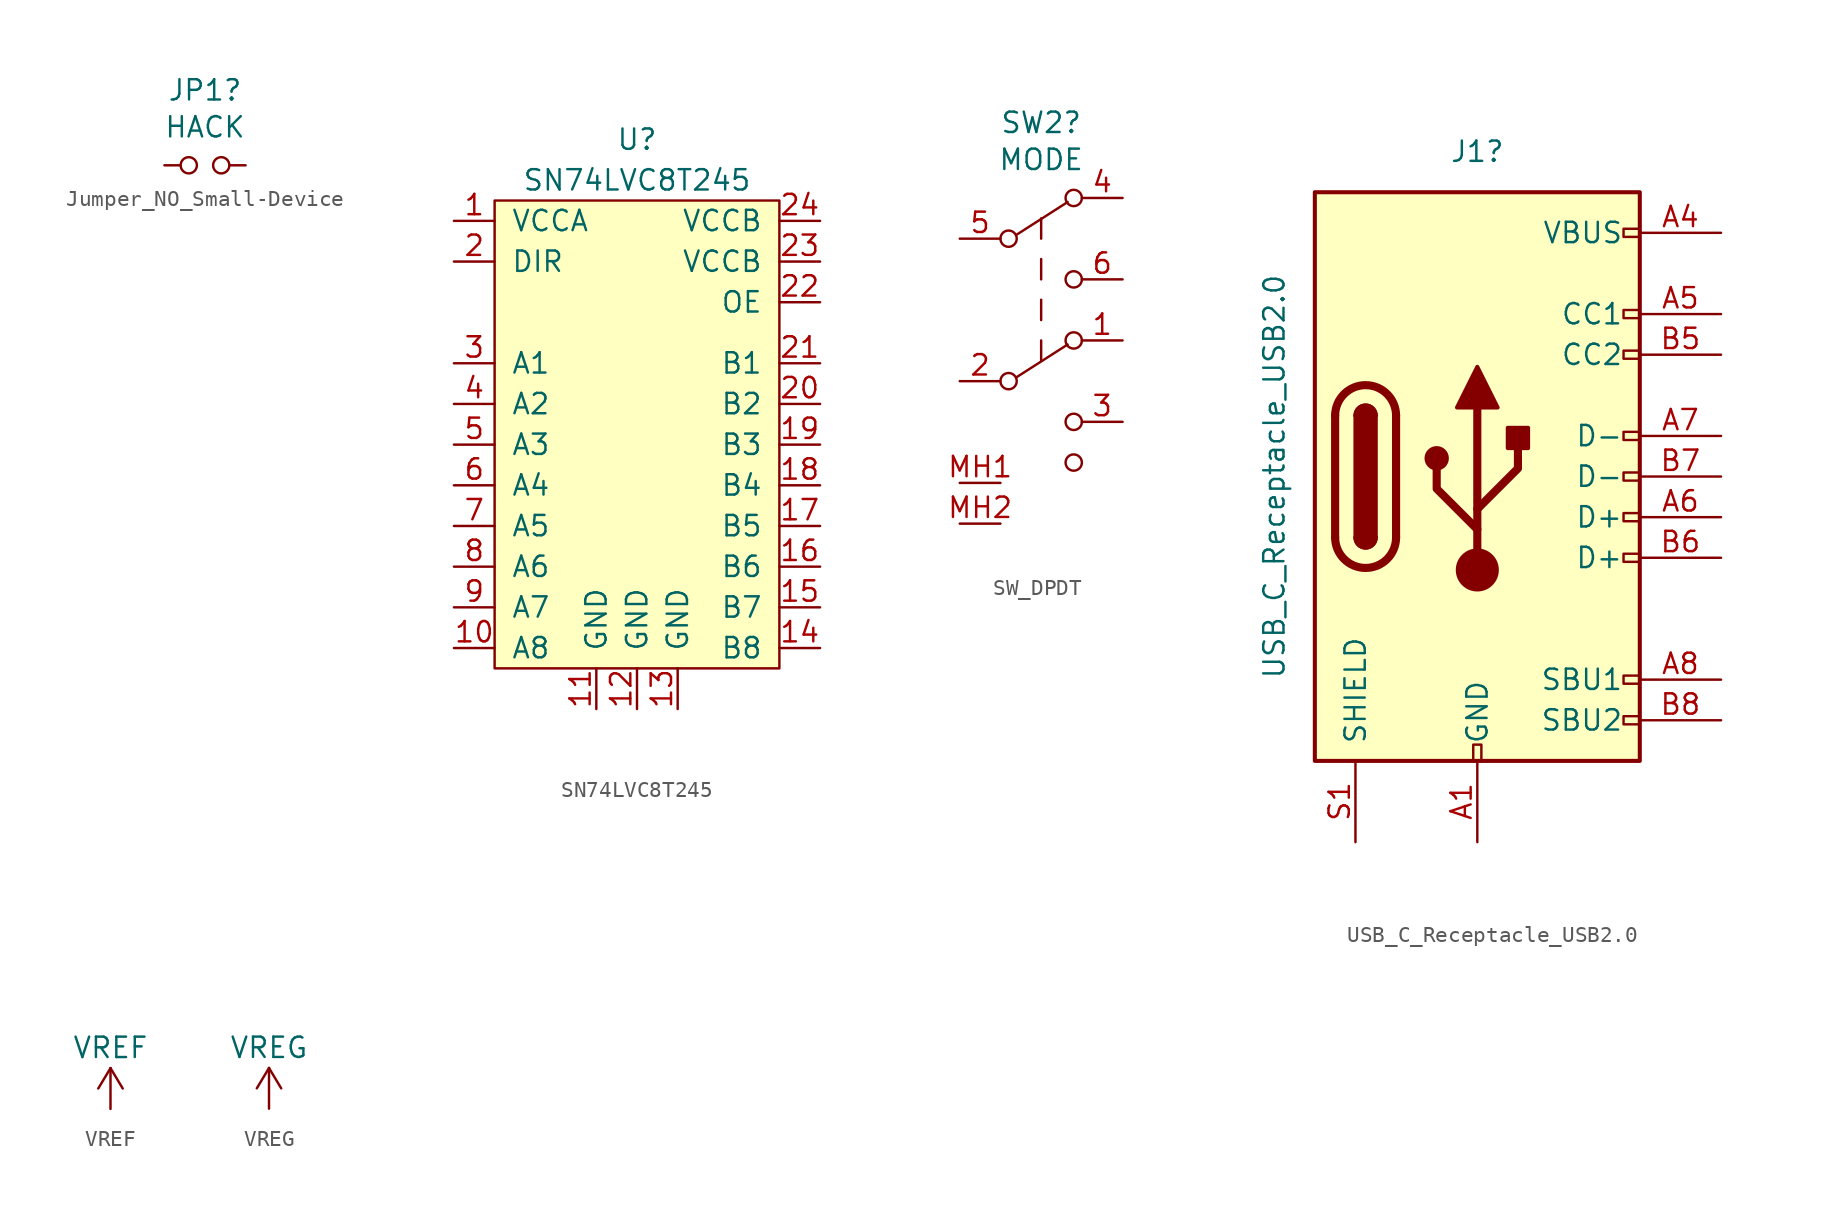
<source format=kicad_sym>
(kicad_symbol_lib
  (version 20220914)
  (generator kicad_symbol_editor)
  (symbol "Jumper_NO_Small-Device"
    (pin_numbers hide)
    (pin_names
      (offset 0.762) hide)
    (property "Reference" "JP1"
      (at 0 4.699 0)
      (effects (font (size 1.27 1.27))))
    (property "Value" "HACK"
      (at 0 2.388 0)
      (effects (font (size 1.27 1.27))))
    (symbol "Jumper_NO_Small-Device_0_1"
      (circle (center -1.016 0) (radius 0.508) (stroke (width 0) (type solid)) (fill (type none)))
      (circle (center 1.016 0) (radius 0.508) (stroke (width 0) (type solid)) (fill (type none)))
      (pin passive line (at -2.54 0 0) (length 1.016) (name "1" (effects (font (size 1.27 1.27)))) (number "1" (effects (font (size 1.27 1.27)))))
      (pin passive line (at 2.54 0 180) (length 1.016) (name "2" (effects (font (size 1.27 1.27)))) (number "2" (effects (font (size 1.27 1.27)))))))
  (symbol "SN74LVC8T245"
    (pin_names
      (offset 1.016))
    (property "Reference" "U"
      (at 0 21.59 0)
      (effects (font (size 1.27 1.27))))
    (property "Value" "SN74LVC8T245"
      (at 0 19.05 0)
      (effects (font (size 1.27 1.27))))
    (symbol "SN74LVC8T245_0_1"
      (rectangle (start -8.89 17.78) (end 8.89 -11.43) (stroke (width 0) (type solid)) (fill (type background))))
    (symbol "SN74LVC8T245_1_1"
      (pin power_in line (at -11.43 16.51 0) (length 2.54) (name "VCCA" (effects (font (size 1.27 1.27)))) (number "1" (effects (font (size 1.27 1.27)))))
      (pin bidirectional line (at -11.43 -10.16 0) (length 2.54) (name "A8" (effects (font (size 1.27 1.27)))) (number "10" (effects (font (size 1.27 1.27)))))
      (pin power_in line (at -2.54 -13.97 90) (length 2.54) (name "GND" (effects (font (size 1.27 1.27)))) (number "11" (effects (font (size 1.27 1.27)))))
      (pin power_in line (at 0 -13.97 90) (length 2.54) (name "GND" (effects (font (size 1.27 1.27)))) (number "12" (effects (font (size 1.27 1.27)))))
      (pin power_in line (at 2.54 -13.97 90) (length 2.54) (name "GND" (effects (font (size 1.27 1.27)))) (number "13" (effects (font (size 1.27 1.27)))))
      (pin bidirectional line (at 11.43 -10.16 180) (length 2.54) (name "B8" (effects (font (size 1.27 1.27)))) (number "14" (effects (font (size 1.27 1.27)))))
      (pin bidirectional line (at 11.43 -7.62 180) (length 2.54) (name "B7" (effects (font (size 1.27 1.27)))) (number "15" (effects (font (size 1.27 1.27)))))
      (pin bidirectional line (at 11.43 -5.08 180) (length 2.54) (name "B6" (effects (font (size 1.27 1.27)))) (number "16" (effects (font (size 1.27 1.27)))))
      (pin bidirectional line (at 11.43 -2.54 180) (length 2.54) (name "B5" (effects (font (size 1.27 1.27)))) (number "17" (effects (font (size 1.27 1.27)))))
      (pin bidirectional line (at 11.43 0 180) (length 2.54) (name "B4" (effects (font (size 1.27 1.27)))) (number "18" (effects (font (size 1.27 1.27)))))
      (pin bidirectional line (at 11.43 2.54 180) (length 2.54) (name "B3" (effects (font (size 1.27 1.27)))) (number "19" (effects (font (size 1.27 1.27)))))
      (pin input line (at -11.43 13.97 0) (length 2.54) (name "DIR" (effects (font (size 1.27 1.27)))) (number "2" (effects (font (size 1.27 1.27)))))
      (pin bidirectional line (at 11.43 5.08 180) (length 2.54) (name "B2" (effects (font (size 1.27 1.27)))) (number "20" (effects (font (size 1.27 1.27)))))
      (pin bidirectional line (at 11.43 7.62 180) (length 2.54) (name "B1" (effects (font (size 1.27 1.27)))) (number "21" (effects (font (size 1.27 1.27)))))
      (pin input line (at 11.43 11.43 180) (length 2.54) (name "OE" (effects (font (size 1.27 1.27)))) (number "22" (effects (font (size 1.27 1.27)))))
      (pin power_in line (at 11.43 13.97 180) (length 2.54) (name "VCCB" (effects (font (size 1.27 1.27)))) (number "23" (effects (font (size 1.27 1.27)))))
      (pin power_in line (at 11.43 16.51 180) (length 2.54) (name "VCCB" (effects (font (size 1.27 1.27)))) (number "24" (effects (font (size 1.27 1.27)))))
      (pin bidirectional line (at -11.43 7.62 0) (length 2.54) (name "A1" (effects (font (size 1.27 1.27)))) (number "3" (effects (font (size 1.27 1.27)))))
      (pin bidirectional line (at -11.43 5.08 0) (length 2.54) (name "A2" (effects (font (size 1.27 1.27)))) (number "4" (effects (font (size 1.27 1.27)))))
      (pin bidirectional line (at -11.43 2.54 0) (length 2.54) (name "A3" (effects (font (size 1.27 1.27)))) (number "5" (effects (font (size 1.27 1.27)))))
      (pin bidirectional line (at -11.43 0 0) (length 2.54) (name "A4" (effects (font (size 1.27 1.27)))) (number "6" (effects (font (size 1.27 1.27)))))
      (pin bidirectional line (at -11.43 -2.54 0) (length 2.54) (name "A5" (effects (font (size 1.27 1.27)))) (number "7" (effects (font (size 1.27 1.27)))))
      (pin bidirectional line (at -11.43 -5.08 0) (length 2.54) (name "A6" (effects (font (size 1.27 1.27)))) (number "8" (effects (font (size 1.27 1.27)))))
      (pin bidirectional line (at -11.43 -7.62 0) (length 2.54) (name "A7" (effects (font (size 1.27 1.27)))) (number "9" (effects (font (size 1.27 1.27)))))))
  (symbol "SW_DPDT"
    (pin_names
      (offset 0) hide)
    (property "Reference" "SW2"
      (at 0 16.129 0)
      (effects (font (size 1.27 1.27))))
    (property "Value" "MODE"
      (at 0 13.818 0)
      (effects (font (size 1.27 1.27))))
    (symbol "SW_DPDT_0_0"
      (circle (center -2.032 0) (radius 0.508) (stroke (width 0) (type solid)) (fill (type none)))
      (circle (center 2.032 -5.08) (radius 0.508) (stroke (width 0) (type solid)) (fill (type none)))
      (circle (center 2.032 -2.54) (radius 0.508) (stroke (width 0) (type solid)) (fill (type none))))
    (symbol "SW_DPDT_0_1"
      (polyline (pts (xy -1.524 0.254) (xy 1.651 2.286)) (stroke (width 0) (type solid)) (fill (type none)))
      (polyline (pts (xy 0 1.27) (xy 0 2.54)) (stroke (width 0) (type solid)) (fill (type none)))
      (polyline (pts (xy 0 3.81) (xy 0 5.08)) (stroke (width 0) (type solid)) (fill (type none)))
      (polyline (pts (xy 0 6.35) (xy 0 7.62)) (stroke (width 0) (type solid)) (fill (type none)))
      (polyline (pts (xy 0 8.89) (xy 0 10.16)) (stroke (width 0) (type solid)) (fill (type none)))
      (circle (center 2.032 2.54) (radius 0.508) (stroke (width 0) (type solid)) (fill (type none))))
    (symbol "SW_DPDT_1_1"
      (circle (center -2.032 8.89) (radius 0.508) (stroke (width 0) (type solid)) (fill (type none)))
      (polyline (pts (xy -1.524 9.144) (xy 1.651 11.176)) (stroke (width 0) (type solid)) (fill (type none)))
      (circle (center 2.032 6.35) (radius 0.508) (stroke (width 0) (type solid)) (fill (type none)))
      (circle (center 2.032 11.43) (radius 0.508) (stroke (width 0) (type solid)) (fill (type none)))
      (pin passive line (at 5.08 2.54 180) (length 2.54) (name "1" (effects (font (size 1.27 1.27)))) (number "1" (effects (font (size 1.27 1.27)))))
      (pin passive line (at -5.08 0 0) (length 2.54) (name "2" (effects (font (size 1.27 1.27)))) (number "2" (effects (font (size 1.27 1.27)))))
      (pin passive line (at 5.08 -2.54 180) (length 2.54) (name "3" (effects (font (size 1.27 1.27)))) (number "3" (effects (font (size 1.27 1.27)))))
      (pin passive line (at 5.08 11.43 180) (length 2.54) (name "4" (effects (font (size 1.27 1.27)))) (number "4" (effects (font (size 1.27 1.27)))))
      (pin passive line (at -5.08 8.89 0) (length 2.54) (name "5" (effects (font (size 1.27 1.27)))) (number "5" (effects (font (size 1.27 1.27)))))
      (pin passive line (at 5.08 6.35 180) (length 2.54) (name "6" (effects (font (size 1.27 1.27)))) (number "6" (effects (font (size 1.27 1.27)))))
      (pin passive line (at -2.54 -6.35 180) (length 2.54) (name "MH1" (effects (font (size 1.27 1.27)))) (number "MH1" (effects (font (size 1.27 1.27)))))
      (pin passive line (at -2.54 -8.89 180) (length 2.54) (name "MH2" (effects (font (size 1.27 1.27)))) (number "MH2" (effects (font (size 1.27 1.27)))))))
  (symbol "USB_C_Receptacle_USB2.0"
    (pin_names
      (offset 1.016))
    (property "Reference" "J1"
      (at 0 20.32 0)
      (effects (font (size 1.27 1.27))))
    (property "Value" "USB_C_Receptacle_USB2.0"
      (at -12.7 0 90)
      (effects (font (size 1.27 1.27))))
    (symbol "USB_C_Receptacle_USB2.0_0_0"
      (rectangle (start -0.254 -17.78) (end 0.254 -16.764) (stroke (width 0) (type default)) (fill (type none)))
      (rectangle (start 10.16 -14.986) (end 9.144 -15.494) (stroke (width 0) (type default)) (fill (type none)))
      (rectangle (start 10.16 -12.446) (end 9.144 -12.954) (stroke (width 0) (type default)) (fill (type none)))
      (rectangle (start 10.16 -4.826) (end 9.144 -5.334) (stroke (width 0) (type default)) (fill (type none)))
      (rectangle (start 10.16 -2.286) (end 9.144 -2.794) (stroke (width 0) (type default)) (fill (type none)))
      (rectangle (start 10.16 0.254) (end 9.144 -0.254) (stroke (width 0) (type default)) (fill (type none)))
      (rectangle (start 10.16 2.794) (end 9.144 2.286) (stroke (width 0) (type default)) (fill (type none)))
      (rectangle (start 10.16 7.874) (end 9.144 7.366) (stroke (width 0) (type default)) (fill (type none)))
      (rectangle (start 10.16 10.414) (end 9.144 9.906) (stroke (width 0) (type default)) (fill (type none)))
      (rectangle (start 10.16 15.494) (end 9.144 14.986) (stroke (width 0) (type default)) (fill (type none))))
    (symbol "USB_C_Receptacle_USB2.0_0_1"
      (rectangle (start -10.16 17.78) (end 10.16 -17.78) (stroke (width 0.254) (type default)) (fill (type background)))
      (arc (start -8.89 -3.81) (mid -6.985 -5.7067) (end -5.08 -3.81) (stroke (width 0.508) (type default)) (fill (type none)))
      (arc (start -7.62 -3.81) (mid -6.985 -4.4423) (end -6.35 -3.81) (stroke (width 0.254) (type default)) (fill (type none)))
      (arc (start -7.62 -3.81) (mid -6.985 -4.4423) (end -6.35 -3.81) (stroke (width 0.254) (type default)) (fill (type outline)))
      (rectangle (start -7.62 -3.81) (end -6.35 3.81) (stroke (width 0.254) (type default)) (fill (type outline)))
      (arc (start -6.35 3.81) (mid -6.985 4.4423) (end -7.62 3.81) (stroke (width 0.254) (type default)) (fill (type none)))
      (arc (start -6.35 3.81) (mid -6.985 4.4423) (end -7.62 3.81) (stroke (width 0.254) (type default)) (fill (type outline)))
      (arc (start -5.08 3.81) (mid -6.985 5.7067) (end -8.89 3.81) (stroke (width 0.508) (type default)) (fill (type none)))
      (circle (center -2.54 1.143) (radius 0.635) (stroke (width 0.254) (type default)) (fill (type outline)))
      (circle (center 0 -5.842) (radius 1.27) (stroke (width 0) (type default)) (fill (type outline)))
      (polyline (pts (xy -8.89 -3.81) (xy -8.89 3.81)) (stroke (width 0.508) (type default)) (fill (type none)))
      (polyline (pts (xy -5.08 3.81) (xy -5.08 -3.81)) (stroke (width 0.508) (type default)) (fill (type none)))
      (polyline (pts (xy 0 -5.842) (xy 0 4.318)) (stroke (width 0.508) (type default)) (fill (type none)))
      (polyline (pts (xy 0 -3.302) (xy -2.54 -0.762) (xy -2.54 0.508)) (stroke (width 0.508) (type default)) (fill (type none)))
      (polyline (pts (xy 0 -2.032) (xy 2.54 0.508) (xy 2.54 1.778)) (stroke (width 0.508) (type default)) (fill (type none)))
      (polyline (pts (xy -1.27 4.318) (xy 0 6.858) (xy 1.27 4.318) (xy -1.27 4.318)) (stroke (width 0.254) (type default)) (fill (type outline)))
      (rectangle (start 1.905 1.778) (end 3.175 3.048) (stroke (width 0.254) (type default)) (fill (type outline))))
    (symbol "USB_C_Receptacle_USB2.0_1_1"
      (pin passive line (at 0 -22.86 90) (length 5.08) (name "GND" (effects (font (size 1.27 1.27)))) (number "A1" (effects (font (size 1.27 1.27)))))
      (pin passive line (at 0 -22.86 90) (length 5.08) hide (name "GND" (effects (font (size 1.27 1.27)))) (number "A12" (effects (font (size 1.27 1.27)))))
      (pin passive line (at 15.24 15.24 180) (length 5.08) (name "VBUS" (effects (font (size 1.27 1.27)))) (number "A4" (effects (font (size 1.27 1.27)))))
      (pin bidirectional line (at 15.24 10.16 180) (length 5.08) (name "CC1" (effects (font (size 1.27 1.27)))) (number "A5" (effects (font (size 1.27 1.27)))))
      (pin bidirectional line (at 15.24 -2.54 180) (length 5.08) (name "D+" (effects (font (size 1.27 1.27)))) (number "A6" (effects (font (size 1.27 1.27)))))
      (pin bidirectional line (at 15.24 2.54 180) (length 5.08) (name "D-" (effects (font (size 1.27 1.27)))) (number "A7" (effects (font (size 1.27 1.27)))))
      (pin bidirectional line (at 15.24 -12.7 180) (length 5.08) (name "SBU1" (effects (font (size 1.27 1.27)))) (number "A8" (effects (font (size 1.27 1.27)))))
      (pin passive line (at 15.24 15.24 180) (length 5.08) hide (name "VBUS" (effects (font (size 1.27 1.27)))) (number "A9" (effects (font (size 1.27 1.27)))))
      (pin passive line (at 0 -22.86 90) (length 5.08) hide (name "GND" (effects (font (size 1.27 1.27)))) (number "B1" (effects (font (size 1.27 1.27)))))
      (pin passive line (at 0 -22.86 90) (length 5.08) hide (name "GND" (effects (font (size 1.27 1.27)))) (number "B12" (effects (font (size 1.27 1.27)))))
      (pin passive line (at 15.24 15.24 180) (length 5.08) hide (name "VBUS" (effects (font (size 1.27 1.27)))) (number "B4" (effects (font (size 1.27 1.27)))))
      (pin bidirectional line (at 15.24 7.62 180) (length 5.08) (name "CC2" (effects (font (size 1.27 1.27)))) (number "B5" (effects (font (size 1.27 1.27)))))
      (pin bidirectional line (at 15.24 -5.08 180) (length 5.08) (name "D+" (effects (font (size 1.27 1.27)))) (number "B6" (effects (font (size 1.27 1.27)))))
      (pin bidirectional line (at 15.24 0 180) (length 5.08) (name "D-" (effects (font (size 1.27 1.27)))) (number "B7" (effects (font (size 1.27 1.27)))))
      (pin bidirectional line (at 15.24 -15.24 180) (length 5.08) (name "SBU2" (effects (font (size 1.27 1.27)))) (number "B8" (effects (font (size 1.27 1.27)))))
      (pin passive line (at 15.24 15.24 180) (length 5.08) hide (name "VBUS" (effects (font (size 1.27 1.27)))) (number "B9" (effects (font (size 1.27 1.27)))))
      (pin passive line (at -7.62 -22.86 90) (length 5.08) (name "SHIELD" (effects (font (size 1.27 1.27)))) (number "S1" (effects (font (size 1.27 1.27)))))))
  (symbol "VREF"
    (power)
    (pin_names
      (offset 0))
    (property "Reference" "#PWR"
      (at 0 -3.81 0)
      (effects (font (size 1.27 1.27)) hide))
    (property "Value" "VREF"
      (at 0 3.81 0)
      (effects (font (size 1.27 1.27))))
    (symbol "VREF_0_1"
      (polyline (pts (xy -0.762 1.27) (xy 0 2.54)) (stroke (width 0) (type solid)) (fill (type none)))
      (polyline (pts (xy 0 0) (xy 0 2.54)) (stroke (width 0) (type solid)) (fill (type none)))
      (polyline (pts (xy 0 2.54) (xy 0.762 1.27)) (stroke (width 0) (type solid)) (fill (type none))))
    (symbol "VREF_1_1"
      (pin power_in line (at 0 0 90) (length 0) hide (name "VREF" (effects (font (size 1.27 1.27)))) (number "1" (effects (font (size 1.27 1.27)))))))
  (symbol "VREG"
    (power)
    (pin_names
      (offset 0))
    (property "Reference" "#PWR"
      (at 0 -3.81 0)
      (effects (font (size 1.27 1.27)) hide))
    (property "Value" "VREG"
      (at 0 3.81 0)
      (effects (font (size 1.27 1.27))))
    (symbol "VREG_0_1"
      (polyline (pts (xy -0.762 1.27) (xy 0 2.54)) (stroke (width 0) (type solid)) (fill (type none)))
      (polyline (pts (xy 0 0) (xy 0 2.54)) (stroke (width 0) (type solid)) (fill (type none)))
      (polyline (pts (xy 0 2.54) (xy 0.762 1.27)) (stroke (width 0) (type solid)) (fill (type none))))
    (symbol "VREG_1_1"
      (pin power_in line (at 0 0 90) (length 0) hide (name "VREG" (effects (font (size 1.27 1.27)))) (number "1" (effects (font (size 1.27 1.27))))))))
</source>
